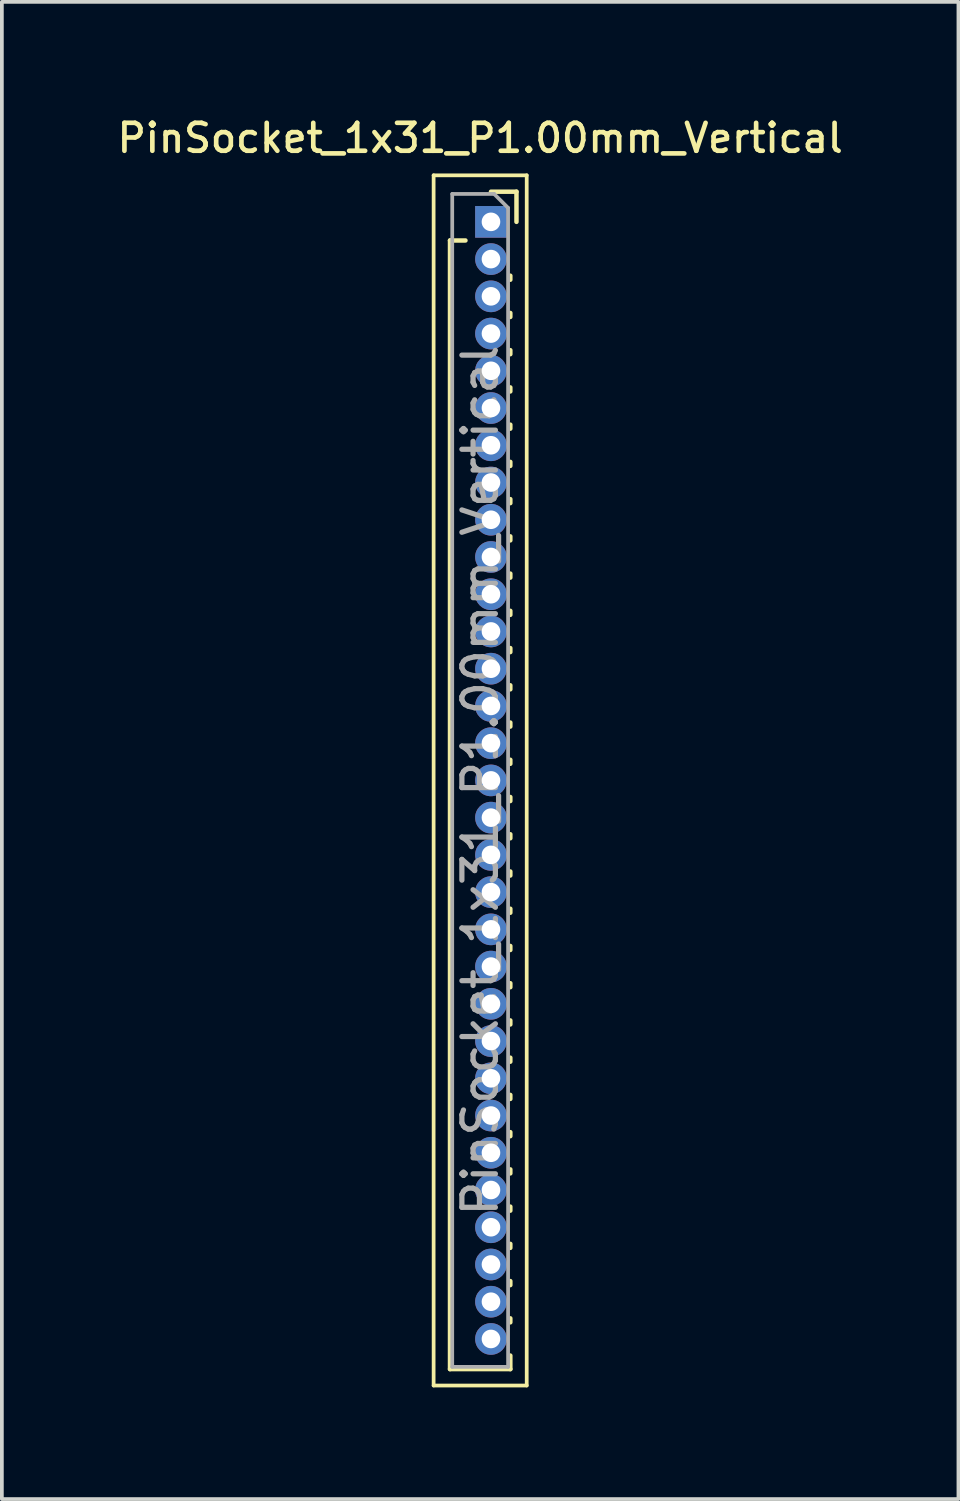
<source format=kicad_pcb>
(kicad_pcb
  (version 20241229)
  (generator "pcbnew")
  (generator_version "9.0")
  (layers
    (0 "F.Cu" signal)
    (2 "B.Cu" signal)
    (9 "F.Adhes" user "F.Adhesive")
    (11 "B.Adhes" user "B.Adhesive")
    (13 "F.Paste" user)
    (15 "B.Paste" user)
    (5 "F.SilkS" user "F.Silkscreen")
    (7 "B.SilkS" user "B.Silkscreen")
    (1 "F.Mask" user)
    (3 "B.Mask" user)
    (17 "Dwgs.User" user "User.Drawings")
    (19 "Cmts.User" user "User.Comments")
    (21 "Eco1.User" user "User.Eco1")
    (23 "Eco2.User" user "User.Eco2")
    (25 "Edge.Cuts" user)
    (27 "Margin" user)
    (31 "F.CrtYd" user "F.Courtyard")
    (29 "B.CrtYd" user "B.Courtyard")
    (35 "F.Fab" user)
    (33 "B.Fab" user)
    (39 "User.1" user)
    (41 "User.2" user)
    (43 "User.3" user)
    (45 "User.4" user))
  (footprint "PinSocket_1x31_P1.00mm_Vertical"
    (layer "F.Cu")
    (at 10.135 2.908)
    (property "Reference" "PinSocket_1x31_P1.00mm_Vertical" (at -0.29 -2.25 0) (layer "F.SilkS") (effects (font (size 0.75 0.75) (thickness 0.125))))
    (attr through_hole)
    (fp_line (start -1.54 -1.25) (end 0.96 -1.25) (stroke (width 0.1) (type solid)) (layer "F.SilkS"))
    (fp_line (start -1.54 31.25) (end -1.54 -1.25) (stroke (width 0.1) (type solid)) (layer "F.SilkS"))
    (fp_line (start -1.1 0.5) (end -1.1 30.81) (stroke (width 0.12) (type solid)) (layer "F.SilkS"))
    (fp_line (start -1.1 0.5) (end -0.685 0.5) (stroke (width 0.12) (type solid)) (layer "F.SilkS"))
    (fp_line (start -1.1 30.81) (end 0.52 30.81) (stroke (width 0.12) (type solid)) (layer "F.SilkS"))
    (fp_line (start 0 -0.81) (end 0.685 -0.81) (stroke (width 0.12) (type solid)) (layer "F.SilkS"))
    (fp_line (start 0.52 1.446) (end 0.52 1.554) (stroke (width 0.12) (type solid)) (layer "F.SilkS"))
    (fp_line (start 0.52 2.446) (end 0.52 2.554) (stroke (width 0.12) (type solid)) (layer "F.SilkS"))
    (fp_line (start 0.52 3.446) (end 0.52 3.554) (stroke (width 0.12) (type solid)) (layer "F.SilkS"))
    (fp_line (start 0.52 4.446) (end 0.52 4.554) (stroke (width 0.12) (type solid)) (layer "F.SilkS"))
    (fp_line (start 0.52 5.446) (end 0.52 5.554) (stroke (width 0.12) (type solid)) (layer "F.SilkS"))
    (fp_line (start 0.52 6.446) (end 0.52 6.554) (stroke (width 0.12) (type solid)) (layer "F.SilkS"))
    (fp_line (start 0.52 7.446) (end 0.52 7.554) (stroke (width 0.12) (type solid)) (layer "F.SilkS"))
    (fp_line (start 0.52 8.446) (end 0.52 8.554) (stroke (width 0.12) (type solid)) (layer "F.SilkS"))
    (fp_line (start 0.52 9.446) (end 0.52 9.554) (stroke (width 0.12) (type solid)) (layer "F.SilkS"))
    (fp_line (start 0.52 10.446) (end 0.52 10.554) (stroke (width 0.12) (type solid)) (layer "F.SilkS"))
    (fp_line (start 0.52 11.446) (end 0.52 11.554) (stroke (width 0.12) (type solid)) (layer "F.SilkS"))
    (fp_line (start 0.52 12.446) (end 0.52 12.554) (stroke (width 0.12) (type solid)) (layer "F.SilkS"))
    (fp_line (start 0.52 13.446) (end 0.52 13.554) (stroke (width 0.12) (type solid)) (layer "F.SilkS"))
    (fp_line (start 0.52 14.446) (end 0.52 14.554) (stroke (width 0.12) (type solid)) (layer "F.SilkS"))
    (fp_line (start 0.52 15.446) (end 0.52 15.554) (stroke (width 0.12) (type solid)) (layer "F.SilkS"))
    (fp_line (start 0.52 16.446) (end 0.52 16.554) (stroke (width 0.12) (type solid)) (layer "F.SilkS"))
    (fp_line (start 0.52 17.446) (end 0.52 17.554) (stroke (width 0.12) (type solid)) (layer "F.SilkS"))
    (fp_line (start 0.52 18.446) (end 0.52 18.554) (stroke (width 0.12) (type solid)) (layer "F.SilkS"))
    (fp_line (start 0.52 19.446) (end 0.52 19.554) (stroke (width 0.12) (type solid)) (layer "F.SilkS"))
    (fp_line (start 0.52 20.446) (end 0.52 20.554) (stroke (width 0.12) (type solid)) (layer "F.SilkS"))
    (fp_line (start 0.52 21.446) (end 0.52 21.554) (stroke (width 0.12) (type solid)) (layer "F.SilkS"))
    (fp_line (start 0.52 22.446) (end 0.52 22.554) (stroke (width 0.12) (type solid)) (layer "F.SilkS"))
    (fp_line (start 0.52 23.446) (end 0.52 23.554) (stroke (width 0.12) (type solid)) (layer "F.SilkS"))
    (fp_line (start 0.52 24.446) (end 0.52 24.554) (stroke (width 0.12) (type solid)) (layer "F.SilkS"))
    (fp_line (start 0.52 25.446) (end 0.52 25.554) (stroke (width 0.12) (type solid)) (layer "F.SilkS"))
    (fp_line (start 0.52 26.446) (end 0.52 26.554) (stroke (width 0.12) (type solid)) (layer "F.SilkS"))
    (fp_line (start 0.52 27.446) (end 0.52 27.554) (stroke (width 0.12) (type solid)) (layer "F.SilkS"))
    (fp_line (start 0.52 28.446) (end 0.52 28.554) (stroke (width 0.12) (type solid)) (layer "F.SilkS"))
    (fp_line (start 0.52 29.446) (end 0.52 29.554) (stroke (width 0.12) (type solid)) (layer "F.SilkS"))
    (fp_line (start 0.52 30.446) (end 0.52 30.81) (stroke (width 0.12) (type solid)) (layer "F.SilkS"))
    (fp_line (start 0.685 -0.81) (end 0.685 0) (stroke (width 0.12) (type solid)) (layer "F.SilkS"))
    (fp_line (start 0.96 -1.25) (end 0.96 31.25) (stroke (width 0.1) (type solid)) (layer "F.SilkS"))
    (fp_line (start 0.96 31.25) (end -1.54 31.25) (stroke (width 0.1) (type solid)) (layer "F.SilkS"))
    (fp_line (start -1.04 -0.75) (end 0.085 -0.75) (stroke (width 0.1) (type solid)) (layer "F.Fab"))
    (fp_line (start -1.04 30.75) (end -1.04 -0.75) (stroke (width 0.1) (type solid)) (layer "F.Fab"))
    (fp_line (start 0.085 -0.75) (end 0.46 -0.375) (stroke (width 0.1) (type solid)) (layer "F.Fab"))
    (fp_line (start 0.46 -0.375) (end 0.46 30.75) (stroke (width 0.1) (type solid)) (layer "F.Fab"))
    (fp_line (start 0.46 30.75) (end -1.04 30.75) (stroke (width 0.1) (type solid)) (layer "F.Fab"))
    (fp_text user "${REFERENCE}" (at -0.29 15 90) (layer "F.Fab") (effects (font (size 0.9 0.9) (thickness 0.14))))
    (pad "1" thru_hole rect (at 0 0) (size 0.85 0.85) (drill 0.5) (layers "*.Cu" "*.Mask"))
    (pad "2" thru_hole oval (at 0 1) (size 0.85 0.85) (drill 0.5) (layers "*.Cu" "*.Mask"))
    (pad "3" thru_hole oval (at 0 2) (size 0.85 0.85) (drill 0.5) (layers "*.Cu" "*.Mask"))
    (pad "4" thru_hole oval (at 0 3) (size 0.85 0.85) (drill 0.5) (layers "*.Cu" "*.Mask"))
    (pad "5" thru_hole oval (at 0 4) (size 0.85 0.85) (drill 0.5) (layers "*.Cu" "*.Mask"))
    (pad "6" thru_hole oval (at 0 5) (size 0.85 0.85) (drill 0.5) (layers "*.Cu" "*.Mask"))
    (pad "7" thru_hole oval (at 0 6) (size 0.85 0.85) (drill 0.5) (layers "*.Cu" "*.Mask"))
    (pad "8" thru_hole oval (at 0 7) (size 0.85 0.85) (drill 0.5) (layers "*.Cu" "*.Mask"))
    (pad "9" thru_hole oval (at 0 8) (size 0.85 0.85) (drill 0.5) (layers "*.Cu" "*.Mask"))
    (pad "10" thru_hole oval (at 0 9) (size 0.85 0.85) (drill 0.5) (layers "*.Cu" "*.Mask"))
    (pad "11" thru_hole oval (at 0 10) (size 0.85 0.85) (drill 0.5) (layers "*.Cu" "*.Mask"))
    (pad "12" thru_hole oval (at 0 11) (size 0.85 0.85) (drill 0.5) (layers "*.Cu" "*.Mask"))
    (pad "13" thru_hole oval (at 0 12) (size 0.85 0.85) (drill 0.5) (layers "*.Cu" "*.Mask"))
    (pad "14" thru_hole oval (at 0 13) (size 0.85 0.85) (drill 0.5) (layers "*.Cu" "*.Mask"))
    (pad "15" thru_hole oval (at 0 14) (size 0.85 0.85) (drill 0.5) (layers "*.Cu" "*.Mask"))
    (pad "16" thru_hole oval (at 0 15) (size 0.85 0.85) (drill 0.5) (layers "*.Cu" "*.Mask"))
    (pad "17" thru_hole oval (at 0 16) (size 0.85 0.85) (drill 0.5) (layers "*.Cu" "*.Mask"))
    (pad "18" thru_hole oval (at 0 17) (size 0.85 0.85) (drill 0.5) (layers "*.Cu" "*.Mask"))
    (pad "19" thru_hole oval (at 0 18) (size 0.85 0.85) (drill 0.5) (layers "*.Cu" "*.Mask"))
    (pad "20" thru_hole oval (at 0 19) (size 0.85 0.85) (drill 0.5) (layers "*.Cu" "*.Mask"))
    (pad "21" thru_hole oval (at 0 20) (size 0.85 0.85) (drill 0.5) (layers "*.Cu" "*.Mask"))
    (pad "22" thru_hole oval (at 0 21) (size 0.85 0.85) (drill 0.5) (layers "*.Cu" "*.Mask"))
    (pad "23" thru_hole oval (at 0 22) (size 0.85 0.85) (drill 0.5) (layers "*.Cu" "*.Mask"))
    (pad "24" thru_hole oval (at 0 23) (size 0.85 0.85) (drill 0.5) (layers "*.Cu" "*.Mask"))
    (pad "25" thru_hole oval (at 0 24) (size 0.85 0.85) (drill 0.5) (layers "*.Cu" "*.Mask"))
    (pad "26" thru_hole oval (at 0 25) (size 0.85 0.85) (drill 0.5) (layers "*.Cu" "*.Mask"))
    (pad "27" thru_hole oval (at 0 26) (size 0.85 0.85) (drill 0.5) (layers "*.Cu" "*.Mask"))
    (pad "28" thru_hole oval (at 0 27) (size 0.85 0.85) (drill 0.5) (layers "*.Cu" "*.Mask"))
    (pad "29" thru_hole oval (at 0 28) (size 0.85 0.85) (drill 0.5) (layers "*.Cu" "*.Mask"))
    (pad "30" thru_hole oval (at 0 29) (size 0.85 0.85) (drill 0.5) (layers "*.Cu" "*.Mask"))
    (pad "31" thru_hole oval (at 0 30) (size 0.85 0.85) (drill 0.5) (layers "*.Cu" "*.Mask")))
  (gr_rect
    (start -3 -3)
    (end 22.689 37.208)
    (stroke (width 0.1) (type default))
    (fill no)
    (layer "Edge.Cuts")))
</source>
